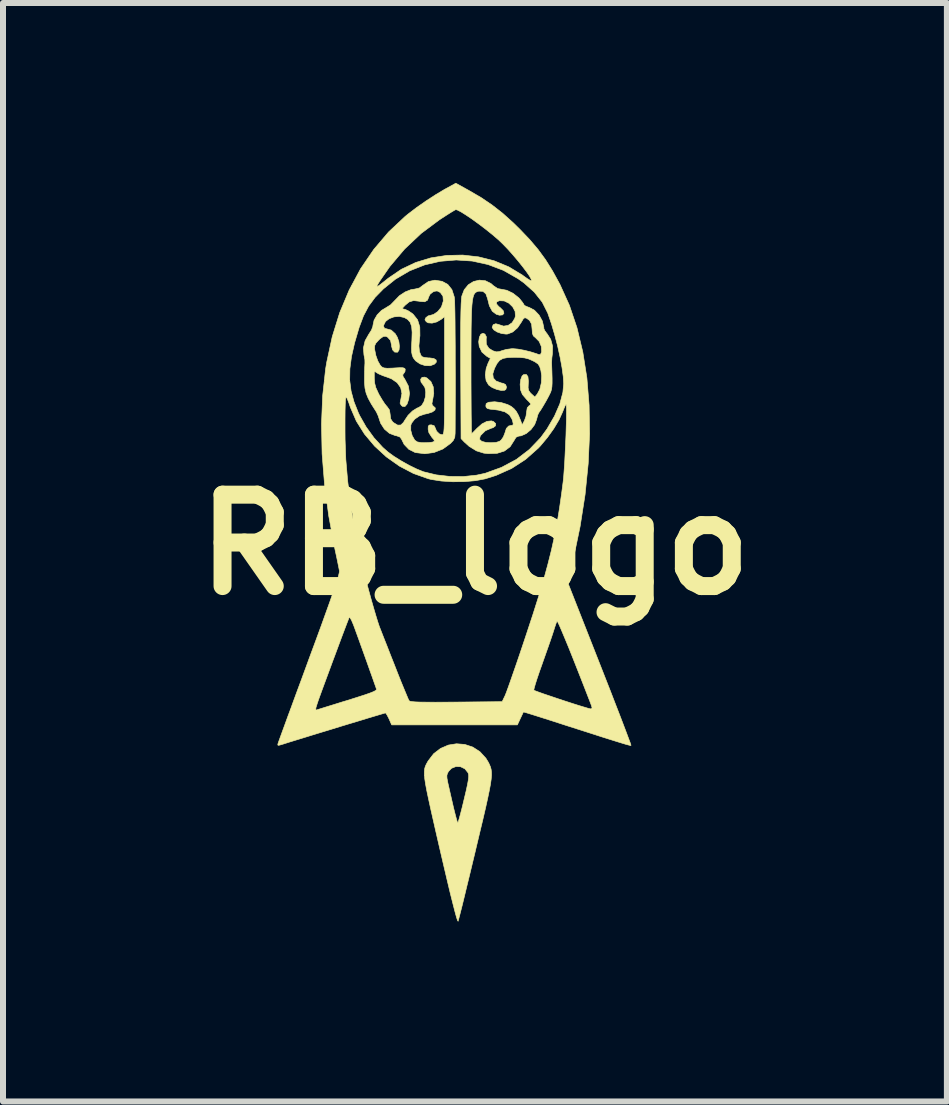
<source format=kicad_pcb>
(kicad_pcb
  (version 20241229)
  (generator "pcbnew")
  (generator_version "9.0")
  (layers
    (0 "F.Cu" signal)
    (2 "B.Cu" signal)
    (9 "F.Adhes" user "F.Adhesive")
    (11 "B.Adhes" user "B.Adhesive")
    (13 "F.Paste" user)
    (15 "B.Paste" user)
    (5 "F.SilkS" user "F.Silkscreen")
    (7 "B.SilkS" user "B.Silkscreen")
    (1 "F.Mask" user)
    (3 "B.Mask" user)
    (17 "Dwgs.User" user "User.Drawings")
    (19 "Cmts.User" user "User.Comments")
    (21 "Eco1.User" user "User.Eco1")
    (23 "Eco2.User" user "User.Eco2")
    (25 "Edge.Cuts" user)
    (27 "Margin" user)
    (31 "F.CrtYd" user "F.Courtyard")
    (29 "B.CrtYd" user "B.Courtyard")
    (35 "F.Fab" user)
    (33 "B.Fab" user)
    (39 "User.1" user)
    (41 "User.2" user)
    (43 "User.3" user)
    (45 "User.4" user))
  (footprint "RB_logo"
    (layer "F.Cu")
    (at 4.87 6.033)
    (property "Reference" "RB_logo" (at 0 0 0) (layer "F.SilkS") (effects (font (size 1.524 1.524) (thickness 0.3))))
    (attr through_hole)
    (fp_poly (pts (xy -0.17 3.33) (xy -0.037 3.374) (xy 0.082 3.451) (xy 0.182 3.56) (xy 0.224 3.629) (xy 0.243 3.668) (xy 0.258 3.705) (xy 0.269 3.744) (xy 0.275 3.79) (xy 0.276 3.844) (xy 0.27 3.912) (xy 0.258 3.997) (xy 0.238 4.103) (xy 0.211 4.233) (xy 0.176 4.391) (xy 0.132 4.58) (xy 0.078 4.805) (xy 0.015 5.07) (xy 0.013 5.08) (xy -0.04 5.3) (xy -0.09 5.508) (xy -0.137 5.7) (xy -0.178 5.871) (xy -0.214 6.018) (xy -0.244 6.136) (xy -0.266 6.221) (xy -0.279 6.27) (xy -0.281 6.279) (xy -0.29 6.267) (xy -0.308 6.213) (xy -0.334 6.118) (xy -0.369 5.982) (xy -0.413 5.807) (xy -0.464 5.593) (xy -0.523 5.342) (xy -0.583 5.085) (xy -0.645 4.816) (xy -0.697 4.587) (xy -0.741 4.393) (xy -0.776 4.232) (xy -0.804 4.099) (xy -0.824 3.992) (xy -0.837 3.906) (xy -0.842 3.849) (xy -0.469 3.849) (xy -0.467 3.892) (xy -0.455 3.958) (xy -0.442 4.016) (xy -0.396 4.218) (xy -0.359 4.379) (xy -0.329 4.499) (xy -0.307 4.582) (xy -0.293 4.627) (xy -0.286 4.638) (xy -0.278 4.618) (xy -0.261 4.561) (xy -0.238 4.475) (xy -0.21 4.366) (xy -0.182 4.249) (xy -0.148 4.107) (xy -0.125 4.001) (xy -0.111 3.924) (xy -0.105 3.871) (xy -0.106 3.834) (xy -0.114 3.807) (xy -0.116 3.802) (xy -0.168 3.737) (xy -0.24 3.702) (xy -0.318 3.699) (xy -0.391 3.728) (xy -0.441 3.78) (xy -0.46 3.816) (xy -0.469 3.849) (xy -0.842 3.849) (xy -0.844 3.837) (xy -0.844 3.783) (xy -0.84 3.739) (xy -0.83 3.702) (xy -0.816 3.669) (xy -0.798 3.635) (xy -0.782 3.607) (xy -0.689 3.485) (xy -0.574 3.397) (xy -0.445 3.341) (xy -0.308 3.319) (xy -0.17 3.33)) (stroke (width 0.01) (type solid)) (fill yes) (layer "F.SilkS"))
    (fp_poly (pts (xy 0.173 -4.402) (xy 0.267 -4.355) (xy 0.31 -4.317) (xy 0.379 -4.271) (xy 0.429 -4.262) (xy 0.53 -4.243) (xy 0.634 -4.193) (xy 0.728 -4.119) (xy 0.746 -4.1) (xy 0.787 -4.049) (xy 0.813 -4.011) (xy 0.817 -4) (xy 0.836 -3.984) (xy 0.884 -3.963) (xy 0.904 -3.957) (xy 0.993 -3.909) (xy 1.069 -3.829) (xy 1.124 -3.729) (xy 1.148 -3.621) (xy 1.148 -3.605) (xy 1.163 -3.571) (xy 1.197 -3.524) (xy 1.204 -3.516) (xy 1.263 -3.424) (xy 1.294 -3.312) (xy 1.292 -3.195) (xy 1.292 -3.192) (xy 1.282 -3.114) (xy 1.278 -3.039) (xy 1.278 -3.031) (xy 1.283 -2.884) (xy 1.286 -2.774) (xy 1.286 -2.694) (xy 1.283 -2.637) (xy 1.277 -2.595) (xy 1.268 -2.562) (xy 1.26 -2.54) (xy 1.23 -2.479) (xy 1.187 -2.399) (xy 1.138 -2.315) (xy 1.094 -2.243) (xy 1.065 -2.202) (xy 1.047 -2.164) (xy 1.031 -2.104) (xy 1.029 -2.093) (xy 0.995 -2.002) (xy 0.933 -1.919) (xy 0.855 -1.854) (xy 0.77 -1.816) (xy 0.729 -1.811) (xy 0.685 -1.792) (xy 0.651 -1.736) (xy 0.586 -1.634) (xy 0.492 -1.563) (xy 0.369 -1.524) (xy 0.219 -1.519) (xy 0.147 -1.527) (xy 0.025 -1.565) (xy -0.096 -1.639) (xy -0.179 -1.714) (xy -0.232 -1.77) (xy -0.238 -2.9) (xy -0.238 -2.928) (xy -0.066 -2.928) (xy -0.066 -2.715) (xy -0.065 -2.516) (xy -0.064 -2.335) (xy -0.063 -2.177) (xy -0.061 -2.046) (xy -0.06 -1.946) (xy -0.058 -1.881) (xy -0.055 -1.856) (xy -0.055 -1.855) (xy -0.035 -1.87) (xy 0.003 -1.909) (xy 0.035 -1.942) (xy 0.117 -2.015) (xy 0.199 -2.057) (xy 0.274 -2.065) (xy 0.309 -2.054) (xy 0.346 -2.019) (xy 0.342 -1.982) (xy 0.303 -1.952) (xy 0.27 -1.942) (xy 0.174 -1.901) (xy 0.099 -1.827) (xy 0.084 -1.802) (xy 0.077 -1.757) (xy 0.112 -1.724) (xy 0.184 -1.705) (xy 0.265 -1.701) (xy 0.352 -1.706) (xy 0.409 -1.724) (xy 0.436 -1.744) (xy 0.473 -1.797) (xy 0.498 -1.86) (xy 0.523 -1.939) (xy 0.561 -1.979) (xy 0.599 -1.988) (xy 0.63 -1.993) (xy 0.638 -2.014) (xy 0.628 -2.061) (xy 0.617 -2.094) (xy 0.574 -2.165) (xy 0.5 -2.215) (xy 0.392 -2.244) (xy 0.331 -2.252) (xy 0.253 -2.26) (xy 0.208 -2.271) (xy 0.188 -2.289) (xy 0.181 -2.313) (xy 0.187 -2.353) (xy 0.226 -2.375) (xy 0.232 -2.376) (xy 0.328 -2.384) (xy 0.439 -2.37) (xy 0.545 -2.337) (xy 0.601 -2.308) (xy 0.65 -2.269) (xy 0.689 -2.223) (xy 0.725 -2.158) (xy 0.765 -2.062) (xy 0.767 -2.054) (xy 0.788 -1.999) (xy 0.825 -2.07) (xy 0.851 -2.143) (xy 0.861 -2.218) (xy 0.872 -2.284) (xy 0.904 -2.319) (xy 0.927 -2.334) (xy 0.927 -2.353) (xy 0.901 -2.384) (xy 0.86 -2.424) (xy 0.791 -2.505) (xy 0.759 -2.584) (xy 0.759 -2.588) (xy 0.753 -2.675) (xy 0.763 -2.754) (xy 0.785 -2.813) (xy 0.81 -2.836) (xy 0.856 -2.839) (xy 0.883 -2.803) (xy 0.891 -2.727) (xy 0.889 -2.689) (xy 0.886 -2.618) (xy 0.895 -2.572) (xy 0.921 -2.535) (xy 0.938 -2.518) (xy 0.998 -2.463) (xy 1.039 -2.513) (xy 1.082 -2.594) (xy 1.107 -2.701) (xy 1.112 -2.816) (xy 1.099 -2.904) (xy 1.079 -2.971) (xy 1.052 -3.013) (xy 1.005 -3.046) (xy 0.961 -3.069) (xy 0.894 -3.098) (xy 0.828 -3.115) (xy 0.746 -3.123) (xy 0.659 -3.125) (xy 0.546 -3.121) (xy 0.467 -3.106) (xy 0.41 -3.074) (xy 0.366 -3.019) (xy 0.326 -2.941) (xy 0.297 -2.849) (xy 0.306 -2.779) (xy 0.353 -2.729) (xy 0.439 -2.697) (xy 0.475 -2.69) (xy 0.512 -2.668) (xy 0.526 -2.628) (xy 0.515 -2.59) (xy 0.496 -2.576) (xy 0.439 -2.572) (xy 0.364 -2.589) (xy 0.288 -2.62) (xy 0.23 -2.662) (xy 0.229 -2.662) (xy 0.186 -2.735) (xy 0.172 -2.831) (xy 0.187 -2.94) (xy 0.219 -3.028) (xy 0.257 -3.107) (xy 0.197 -3.142) (xy 0.116 -3.212) (xy 0.071 -3.306) (xy 0.062 -3.383) (xy 0.073 -3.46) (xy 0.098 -3.51) (xy 0.134 -3.526) (xy 0.166 -3.512) (xy 0.19 -3.467) (xy 0.187 -3.421) (xy 0.189 -3.341) (xy 0.232 -3.275) (xy 0.298 -3.234) (xy 0.356 -3.216) (xy 0.405 -3.22) (xy 0.45 -3.236) (xy 0.523 -3.257) (xy 0.609 -3.268) (xy 0.635 -3.269) (xy 0.715 -3.262) (xy 0.819 -3.243) (xy 0.928 -3.216) (xy 1.027 -3.185) (xy 1.063 -3.171) (xy 1.091 -3.171) (xy 1.108 -3.206) (xy 1.111 -3.218) (xy 1.107 -3.304) (xy 1.071 -3.389) (xy 1.01 -3.451) (xy 0.973 -3.483) (xy 0.957 -3.527) (xy 0.953 -3.589) (xy 0.944 -3.679) (xy 0.91 -3.74) (xy 0.858 -3.778) (xy 0.83 -3.785) (xy 0.805 -3.765) (xy 0.775 -3.714) (xy 0.71 -3.617) (xy 0.631 -3.548) (xy 0.546 -3.514) (xy 0.518 -3.512) (xy 0.442 -3.522) (xy 0.37 -3.547) (xy 0.315 -3.582) (xy 0.288 -3.62) (xy 0.287 -3.627) (xy 0.304 -3.669) (xy 0.347 -3.685) (xy 0.399 -3.671) (xy 0.4 -3.67) (xy 0.477 -3.645) (xy 0.553 -3.657) (xy 0.619 -3.702) (xy 0.664 -3.775) (xy 0.674 -3.811) (xy 0.669 -3.891) (xy 0.629 -3.966) (xy 0.566 -4.027) (xy 0.488 -4.065) (xy 0.407 -4.069) (xy 0.407 -4.069) (xy 0.363 -4.049) (xy 0.359 -4.015) (xy 0.397 -3.971) (xy 0.42 -3.954) (xy 0.471 -3.903) (xy 0.483 -3.859) (xy 0.46 -3.832) (xy 0.408 -3.827) (xy 0.355 -3.843) (xy 0.289 -3.893) (xy 0.24 -3.984) (xy 0.21 -4.104) (xy 0.182 -4.183) (xy 0.133 -4.225) (xy 0.064 -4.228) (xy 0.036 -4.22) (xy 0.014 -4.209) (xy -0.004 -4.192) (xy -0.02 -4.165) (xy -0.032 -4.125) (xy -0.043 -4.068) (xy -0.051 -3.991) (xy -0.057 -3.89) (xy -0.061 -3.763) (xy -0.064 -3.605) (xy -0.065 -3.413) (xy -0.066 -3.184) (xy -0.066 -2.928) (xy -0.238 -2.928) (xy -0.239 -3.21) (xy -0.239 -3.476) (xy -0.238 -3.699) (xy -0.235 -3.877) (xy -0.231 -4.013) (xy -0.225 -4.104) (xy -0.22 -4.145) (xy -0.179 -4.252) (xy -0.111 -4.335) (xy -0.024 -4.389) (xy 0.074 -4.412) (xy 0.173 -4.402)) (stroke (width 0.01) (type solid)) (fill yes) (layer "F.SilkS"))
    (fp_poly (pts (xy -0.549 -4.392) (xy -0.548 -4.392) (xy -0.453 -4.34) (xy -0.385 -4.254) (xy -0.346 -4.134) (xy -0.343 -4.114) (xy -0.339 -4.071) (xy -0.337 -3.986) (xy -0.334 -3.865) (xy -0.332 -3.709) (xy -0.331 -3.522) (xy -0.329 -3.308) (xy -0.329 -3.069) (xy -0.328 -2.81) (xy -0.328 -2.534) (xy -0.329 -2.243) (xy -0.33 -1.941) (xy -0.331 -1.858) (xy -0.337 -1.79) (xy -0.362 -1.738) (xy -0.408 -1.689) (xy -0.536 -1.596) (xy -0.682 -1.538) (xy -0.836 -1.517) (xy -0.988 -1.536) (xy -1 -1.539) (xy -1.102 -1.59) (xy -1.181 -1.672) (xy -1.224 -1.759) (xy -1.25 -1.795) (xy -1.306 -1.816) (xy -1.329 -1.82) (xy -1.426 -1.857) (xy -1.51 -1.928) (xy -1.572 -2.024) (xy -1.59 -2.076) (xy -1.614 -2.149) (xy -1.643 -2.212) (xy -1.651 -2.225) (xy -1.728 -2.346) (xy -1.781 -2.443) (xy -1.815 -2.527) (xy -1.834 -2.61) (xy -1.842 -2.702) (xy -1.842 -2.772) (xy -1.841 -2.868) (xy -1.84 -2.894) (xy -1.679 -2.894) (xy -1.679 -2.774) (xy -1.673 -2.696) (xy -1.654 -2.621) (xy -1.615 -2.535) (xy -1.599 -2.503) (xy -1.552 -2.423) (xy -1.506 -2.352) (xy -1.469 -2.306) (xy -1.466 -2.304) (xy -1.426 -2.247) (xy -1.414 -2.171) (xy -1.414 -2.167) (xy -1.405 -2.098) (xy -1.374 -2.05) (xy -1.355 -2.034) (xy -1.289 -1.994) (xy -1.237 -1.996) (xy -1.192 -2.039) (xy -1.172 -2.073) (xy -1.115 -2.158) (xy -1.042 -2.23) (xy -0.966 -2.278) (xy -0.939 -2.288) (xy -0.889 -2.321) (xy -0.851 -2.384) (xy -0.827 -2.464) (xy -0.821 -2.546) (xy -0.834 -2.619) (xy -0.861 -2.661) (xy -0.9 -2.713) (xy -0.906 -2.759) (xy -0.883 -2.79) (xy -0.839 -2.795) (xy -0.802 -2.781) (xy -0.735 -2.721) (xy -0.696 -2.633) (xy -0.687 -2.523) (xy -0.707 -2.408) (xy -0.718 -2.353) (xy -0.709 -2.323) (xy -0.696 -2.313) (xy -0.661 -2.28) (xy -0.667 -2.246) (xy -0.71 -2.214) (xy -0.787 -2.188) (xy -0.844 -2.176) (xy -0.93 -2.146) (xy -1.006 -2.093) (xy -1.057 -2.027) (xy -1.07 -1.993) (xy -1.071 -1.909) (xy -1.047 -1.819) (xy -1.005 -1.745) (xy -1.002 -1.742) (xy -0.961 -1.714) (xy -0.895 -1.702) (xy -0.849 -1.701) (xy -0.775 -1.703) (xy -0.716 -1.71) (xy -0.696 -1.715) (xy -0.677 -1.728) (xy -0.684 -1.751) (xy -0.718 -1.79) (xy -0.768 -1.867) (xy -0.781 -1.925) (xy -0.779 -1.976) (xy -0.761 -1.996) (xy -0.729 -1.999) (xy -0.681 -1.985) (xy -0.666 -1.955) (xy -0.64 -1.893) (xy -0.594 -1.848) (xy -0.549 -1.833) (xy -0.539 -1.835) (xy -0.531 -1.842) (xy -0.525 -1.86) (xy -0.519 -1.89) (xy -0.515 -1.938) (xy -0.512 -2.008) (xy -0.51 -2.102) (xy -0.509 -2.225) (xy -0.508 -2.38) (xy -0.508 -2.572) (xy -0.508 -2.804) (xy -0.508 -3.802) (xy -0.565 -3.757) (xy -0.638 -3.715) (xy -0.715 -3.695) (xy -0.78 -3.7) (xy -0.812 -3.718) (xy -0.834 -3.751) (xy -0.821 -3.783) (xy -0.818 -3.787) (xy -0.78 -3.816) (xy -0.758 -3.821) (xy -0.69 -3.84) (xy -0.62 -3.888) (xy -0.566 -3.955) (xy -0.557 -3.971) (xy -0.528 -4.064) (xy -0.534 -4.144) (xy -0.576 -4.203) (xy -0.586 -4.21) (xy -0.631 -4.232) (xy -0.673 -4.226) (xy -0.7 -4.215) (xy -0.747 -4.179) (xy -0.769 -4.137) (xy -0.791 -4.078) (xy -0.838 -4.051) (xy -0.914 -4.056) (xy -0.93 -4.06) (xy -1.024 -4.071) (xy -1.099 -4.048) (xy -1.166 -3.992) (xy -1.217 -3.937) (xy -1.161 -3.923) (xy -1.11 -3.899) (xy -1.049 -3.858) (xy -1.03 -3.842) (xy -0.957 -3.75) (xy -0.92 -3.631) (xy -0.918 -3.485) (xy -0.925 -3.428) (xy -0.935 -3.315) (xy -0.926 -3.221) (xy -0.9 -3.155) (xy -0.878 -3.133) (xy -0.84 -3.122) (xy -0.778 -3.115) (xy -0.756 -3.115) (xy -0.686 -3.105) (xy -0.647 -3.08) (xy -0.644 -3.045) (xy -0.674 -3.012) (xy -0.746 -2.984) (xy -0.832 -2.987) (xy -0.918 -3.016) (xy -0.991 -3.067) (xy -1.029 -3.117) (xy -1.046 -3.16) (xy -1.056 -3.21) (xy -1.058 -3.278) (xy -1.054 -3.377) (xy -1.052 -3.407) (xy -1.048 -3.541) (xy -1.056 -3.639) (xy -1.081 -3.709) (xy -1.123 -3.757) (xy -1.178 -3.788) (xy -1.263 -3.807) (xy -1.351 -3.799) (xy -1.431 -3.769) (xy -1.492 -3.722) (xy -1.522 -3.661) (xy -1.524 -3.642) (xy -1.508 -3.608) (xy -1.474 -3.6) (xy -1.397 -3.579) (xy -1.33 -3.519) (xy -1.295 -3.46) (xy -1.269 -3.385) (xy -1.26 -3.31) (xy -1.266 -3.248) (xy -1.288 -3.213) (xy -1.292 -3.21) (xy -1.339 -3.212) (xy -1.374 -3.249) (xy -1.391 -3.311) (xy -1.391 -3.323) (xy -1.408 -3.406) (xy -1.458 -3.462) (xy -1.487 -3.476) (xy -1.528 -3.473) (xy -1.582 -3.435) (xy -1.606 -3.412) (xy -1.653 -3.36) (xy -1.673 -3.317) (xy -1.674 -3.265) (xy -1.672 -3.252) (xy -1.652 -3.153) (xy -1.619 -3.062) (xy -1.579 -2.992) (xy -1.554 -2.965) (xy -1.518 -2.948) (xy -1.461 -2.942) (xy -1.373 -2.945) (xy -1.344 -2.947) (xy -1.255 -2.952) (xy -1.201 -2.951) (xy -1.173 -2.941) (xy -1.163 -2.927) (xy -1.167 -2.887) (xy -1.184 -2.861) (xy -1.204 -2.834) (xy -1.199 -2.805) (xy -1.17 -2.76) (xy -1.11 -2.645) (xy -1.092 -2.524) (xy -1.105 -2.426) (xy -1.133 -2.344) (xy -1.168 -2.304) (xy -1.208 -2.307) (xy -1.228 -2.323) (xy -1.249 -2.359) (xy -1.24 -2.409) (xy -1.238 -2.416) (xy -1.218 -2.522) (xy -1.239 -2.619) (xy -1.298 -2.702) (xy -1.393 -2.767) (xy -1.464 -2.794) (xy -1.539 -2.82) (xy -1.604 -2.848) (xy -1.627 -2.861) (xy -1.679 -2.894) (xy -1.84 -2.894) (xy -1.839 -2.953) (xy -1.836 -3.013) (xy -1.835 -3.026) (xy -1.836 -3.085) (xy -1.849 -3.155) (xy -1.851 -3.164) (xy -1.86 -3.281) (xy -1.832 -3.401) (xy -1.769 -3.512) (xy -1.766 -3.516) (xy -1.726 -3.579) (xy -1.703 -3.64) (xy -1.701 -3.658) (xy -1.682 -3.745) (xy -1.631 -3.833) (xy -1.559 -3.907) (xy -1.497 -3.944) (xy -1.408 -3.999) (xy -1.336 -4.073) (xy -1.26 -4.152) (xy -1.164 -4.215) (xy -1.065 -4.254) (xy -1.002 -4.263) (xy -0.927 -4.281) (xy -0.866 -4.327) (xy -0.775 -4.389) (xy -0.668 -4.411) (xy -0.549 -4.392)) (stroke (width 0.01) (type solid)) (fill yes) (layer "F.SilkS"))
    (fp_poly (pts (xy -0.103 -5.908) (xy 0.103 -5.788) (xy 0.286 -5.664) (xy 0.46 -5.528) (xy 0.637 -5.369) (xy 0.751 -5.257) (xy 0.914 -5.086) (xy 1.053 -4.922) (xy 1.176 -4.754) (xy 1.292 -4.568) (xy 1.41 -4.353) (xy 1.418 -4.338) (xy 1.574 -3.993) (xy 1.701 -3.617) (xy 1.798 -3.213) (xy 1.866 -2.782) (xy 1.903 -2.327) (xy 1.911 -1.849) (xy 1.888 -1.352) (xy 1.836 -0.836) (xy 1.753 -0.305) (xy 1.64 0.24) (xy 1.611 0.364) (xy 1.546 0.628) (xy 2.079 1.983) (xy 2.17 2.215) (xy 2.256 2.434) (xy 2.335 2.639) (xy 2.407 2.824) (xy 2.469 2.986) (xy 2.521 3.123) (xy 2.561 3.23) (xy 2.589 3.304) (xy 2.601 3.342) (xy 2.602 3.347) (xy 2.596 3.348) (xy 2.58 3.345) (xy 2.552 3.338) (xy 2.508 3.326) (xy 2.445 3.307) (xy 2.361 3.281) (xy 2.252 3.247) (xy 2.115 3.204) (xy 1.948 3.15) (xy 1.748 3.086) (xy 1.51 3.01) (xy 1.294 2.94) (xy 1.156 2.896) (xy 1.033 2.857) (xy 0.931 2.825) (xy 0.856 2.802) (xy 0.814 2.79) (xy 0.807 2.789) (xy 0.798 2.81) (xy 0.775 2.859) (xy 0.756 2.899) (xy 0.707 3.004) (xy -1.389 3.004) (xy -1.433 2.904) (xy -1.462 2.847) (xy -1.485 2.811) (xy -1.492 2.805) (xy -1.516 2.811) (xy -1.576 2.829) (xy -1.667 2.856) (xy -1.784 2.891) (xy -1.921 2.933) (xy -2.074 2.979) (xy -2.236 3.028) (xy -2.401 3.079) (xy -2.566 3.129) (xy -2.723 3.177) (xy -2.868 3.222) (xy -2.996 3.261) (xy -3.1 3.293) (xy -3.175 3.317) (xy -3.2 3.325) (xy -3.258 3.342) (xy -3.284 3.345) (xy -3.288 3.33) (xy -3.285 3.318) (xy -3.276 3.291) (xy -3.253 3.227) (xy -3.217 3.128) (xy -3.169 2.997) (xy -3.112 2.84) (xy -3.079 2.753) (xy -2.655 2.753) (xy -2.644 2.756) (xy -2.616 2.747) (xy -2.552 2.727) (xy -2.459 2.698) (xy -2.342 2.662) (xy -2.208 2.62) (xy -2.124 2.595) (xy -1.963 2.544) (xy -1.839 2.504) (xy -1.75 2.473) (xy -1.69 2.449) (xy -1.655 2.43) (xy -1.642 2.415) (xy -1.642 2.409) (xy -1.654 2.373) (xy -1.679 2.303) (xy -1.713 2.206) (xy -1.755 2.089) (xy -1.801 1.959) (xy -1.849 1.825) (xy -1.897 1.692) (xy -1.941 1.569) (xy -1.98 1.462) (xy -2.01 1.379) (xy -2.025 1.339) (xy -2.06 1.256) (xy -2.085 1.216) (xy -2.099 1.217) (xy -2.11 1.244) (xy -2.134 1.306) (xy -2.169 1.398) (xy -2.213 1.514) (xy -2.263 1.648) (xy -2.317 1.794) (xy -2.374 1.946) (xy -2.43 2.098) (xy -2.484 2.244) (xy -2.534 2.379) (xy -2.577 2.497) (xy -2.611 2.591) (xy -2.63 2.647) (xy -2.652 2.718) (xy -2.655 2.753) (xy -3.079 2.753) (xy -3.045 2.659) (xy -2.971 2.457) (xy -2.89 2.239) (xy -2.805 2.007) (xy -2.762 1.889) (xy -2.655 1.6) (xy -2.563 1.349) (xy -2.486 1.135) (xy -2.421 0.954) (xy -2.369 0.805) (xy -2.328 0.684) (xy -2.297 0.59) (xy -2.276 0.52) (xy -2.264 0.47) (xy -2.26 0.44) (xy -2.261 0.432) (xy -2.27 0.386) (xy -2.286 0.307) (xy -2.307 0.205) (xy -2.332 0.09) (xy -2.339 0.055) (xy -2.438 -0.478) (xy -2.508 -1.003) (xy -2.549 -1.515) (xy -2.559 -2.01) (xy -2.556 -2.087) (xy -2.167 -2.087) (xy -2.167 -1.898) (xy -2.166 -1.756) (xy -2.154 -1.425) (xy -2.123 -1.064) (xy -2.075 -0.68) (xy -2.01 -0.282) (xy -1.93 0.121) (xy -1.844 0.489) (xy -1.809 0.624) (xy -1.77 0.769) (xy -1.73 0.915) (xy -1.69 1.055) (xy -1.653 1.181) (xy -1.621 1.285) (xy -1.597 1.357) (xy -1.589 1.379) (xy -1.576 1.411) (xy -1.55 1.478) (xy -1.512 1.575) (xy -1.464 1.696) (xy -1.41 1.835) (xy -1.35 1.986) (xy -1.345 1.999) (xy -1.286 2.15) (xy -1.231 2.288) (xy -1.182 2.407) (xy -1.142 2.503) (xy -1.114 2.57) (xy -1.098 2.601) (xy -1.098 2.602) (xy -1.083 2.61) (xy -1.05 2.616) (xy -0.995 2.621) (xy -0.914 2.624) (xy -0.804 2.625) (xy -0.66 2.626) (xy -0.478 2.625) (xy -0.311 2.624) (xy 0.453 2.617) (xy 0.501 2.518) (xy 0.518 2.476) (xy 0.538 2.423) (xy 0.981 2.423) (xy 0.982 2.426) (xy 1.007 2.437) (xy 1.066 2.459) (xy 1.153 2.49) (xy 1.26 2.526) (xy 1.378 2.566) (xy 1.502 2.607) (xy 1.622 2.646) (xy 1.732 2.681) (xy 1.825 2.709) (xy 1.892 2.729) (xy 1.926 2.737) (xy 1.927 2.737) (xy 1.947 2.734) (xy 1.952 2.718) (xy 1.941 2.679) (xy 1.92 2.623) (xy 1.817 2.358) (xy 1.722 2.116) (xy 1.637 1.901) (xy 1.562 1.713) (xy 1.497 1.556) (xy 1.445 1.432) (xy 1.406 1.342) (xy 1.38 1.289) (xy 1.369 1.275) (xy 1.355 1.304) (xy 1.335 1.362) (xy 1.315 1.425) (xy 1.295 1.487) (xy 1.263 1.582) (xy 1.222 1.7) (xy 1.175 1.833) (xy 1.126 1.972) (xy 1.122 1.984) (xy 1.076 2.113) (xy 1.037 2.228) (xy 1.007 2.322) (xy 0.988 2.389) (xy 0.981 2.423) (xy 0.538 2.423) (xy 0.547 2.398) (xy 0.587 2.286) (xy 0.635 2.148) (xy 0.691 1.987) (xy 0.752 1.808) (xy 0.816 1.617) (xy 0.858 1.491) (xy 0.968 1.157) (xy 1.063 0.857) (xy 1.145 0.584) (xy 1.214 0.332) (xy 1.274 0.094) (xy 1.325 -0.137) (xy 1.37 -0.368) (xy 1.409 -0.606) (xy 1.445 -0.857) (xy 1.47 -1.049) (xy 1.479 -1.134) (xy 1.487 -1.245) (xy 1.496 -1.375) (xy 1.503 -1.518) (xy 1.51 -1.667) (xy 1.517 -1.816) (xy 1.521 -1.958) (xy 1.525 -2.087) (xy 1.526 -2.196) (xy 1.526 -2.279) (xy 1.523 -2.329) (xy 1.519 -2.341) (xy 1.506 -2.322) (xy 1.484 -2.273) (xy 1.461 -2.214) (xy 1.401 -2.082) (xy 1.314 -1.936) (xy 1.208 -1.788) (xy 1.092 -1.649) (xy 1.055 -1.61) (xy 0.843 -1.422) (xy 0.61 -1.271) (xy 0.352 -1.156) (xy 0.169 -1.098) (xy 0.009 -1.068) (xy -0.175 -1.052) (xy -0.371 -1.05) (xy -0.56 -1.062) (xy -0.729 -1.088) (xy -0.781 -1.101) (xy -1.026 -1.188) (xy -1.26 -1.311) (xy -1.478 -1.465) (xy -1.674 -1.645) (xy -1.842 -1.845) (xy -1.978 -2.061) (xy -2.076 -2.288) (xy -2.079 -2.296) (xy -2.105 -2.372) (xy -2.129 -2.432) (xy -2.145 -2.462) (xy -2.153 -2.455) (xy -2.159 -2.417) (xy -2.163 -2.344) (xy -2.166 -2.235) (xy -2.167 -2.087) (xy -2.556 -2.087) (xy -2.54 -2.482) (xy -2.511 -2.743) (xy -2.089 -2.743) (xy -2.066 -2.563) (xy -2.018 -2.385) (xy -1.946 -2.203) (xy -1.922 -2.152) (xy -1.815 -1.964) (xy -1.684 -1.783) (xy -1.539 -1.624) (xy -1.451 -1.546) (xy -1.352 -1.474) (xy -1.23 -1.398) (xy -1.098 -1.324) (xy -0.971 -1.262) (xy -0.863 -1.218) (xy -0.853 -1.215) (xy -0.647 -1.165) (xy -0.422 -1.139) (xy -0.192 -1.137) (xy 0.027 -1.16) (xy 0.17 -1.191) (xy 0.443 -1.29) (xy 0.69 -1.422) (xy 0.907 -1.588) (xy 1.096 -1.786) (xy 1.201 -1.93) (xy 1.326 -2.145) (xy 1.415 -2.349) (xy 1.466 -2.541) (xy 1.479 -2.684) (xy 1.472 -2.803) (xy 1.451 -2.955) (xy 1.419 -3.128) (xy 1.378 -3.313) (xy 1.329 -3.501) (xy 1.276 -3.681) (xy 1.22 -3.844) (xy 1.213 -3.864) (xy 1.122 -4.044) (xy 0.991 -4.21) (xy 0.819 -4.364) (xy 0.718 -4.436) (xy 0.474 -4.575) (xy 0.218 -4.672) (xy -0.046 -4.73) (xy -0.313 -4.748) (xy -0.579 -4.726) (xy -0.839 -4.666) (xy -1.089 -4.567) (xy -1.324 -4.429) (xy -1.526 -4.267) (xy -1.665 -4.125) (xy -1.773 -3.979) (xy -1.859 -3.816) (xy -1.931 -3.625) (xy -2.007 -3.367) (xy -2.059 -3.138) (xy -2.086 -2.933) (xy -2.089 -2.743) (xy -2.511 -2.743) (xy -2.491 -2.929) (xy -2.472 -3.043) (xy -2.38 -3.468) (xy -2.255 -3.87) (xy -2.097 -4.248) (xy -2.061 -4.314) (xy -1.635 -4.314) (xy -1.633 -4.304) (xy -1.606 -4.318) (xy -1.552 -4.359) (xy -1.468 -4.426) (xy -1.444 -4.445) (xy -1.227 -4.593) (xy -0.989 -4.706) (xy -0.736 -4.783) (xy -0.472 -4.824) (xy -0.205 -4.83) (xy 0.06 -4.8) (xy 0.318 -4.735) (xy 0.564 -4.633) (xy 0.791 -4.496) (xy 0.813 -4.479) (xy 0.874 -4.436) (xy 0.92 -4.408) (xy 0.941 -4.401) (xy 0.938 -4.427) (xy 0.909 -4.48) (xy 0.859 -4.552) (xy 0.793 -4.639) (xy 0.716 -4.735) (xy 0.633 -4.833) (xy 0.548 -4.928) (xy 0.465 -5.014) (xy 0.391 -5.085) (xy 0.391 -5.085) (xy 0.288 -5.173) (xy 0.176 -5.263) (xy 0.061 -5.35) (xy -0.049 -5.43) (xy -0.15 -5.498) (xy -0.233 -5.55) (xy -0.294 -5.581) (xy -0.32 -5.588) (xy -0.343 -5.576) (xy -0.395 -5.545) (xy -0.471 -5.497) (xy -0.561 -5.439) (xy -0.593 -5.418) (xy -0.896 -5.192) (xy -1.173 -4.931) (xy -1.419 -4.64) (xy -1.581 -4.406) (xy -1.617 -4.349) (xy -1.635 -4.314) (xy -2.061 -4.314) (xy -1.908 -4.6) (xy -1.688 -4.923) (xy -1.44 -5.215) (xy -1.164 -5.474) (xy -1.115 -5.514) (xy -0.975 -5.621) (xy -0.815 -5.733) (xy -0.653 -5.838) (xy -0.504 -5.927) (xy -0.485 -5.937) (xy -0.319 -6.028) (xy -0.103 -5.908)) (stroke (width 0.01) (type solid)) (fill yes) (layer "F.SilkS")))
  (gr_rect
    (start -3 -3)
    (end 12.739 15.317)
    (stroke (width 0.1) (type default))
    (fill no)
    (layer "Edge.Cuts")))
</source>
